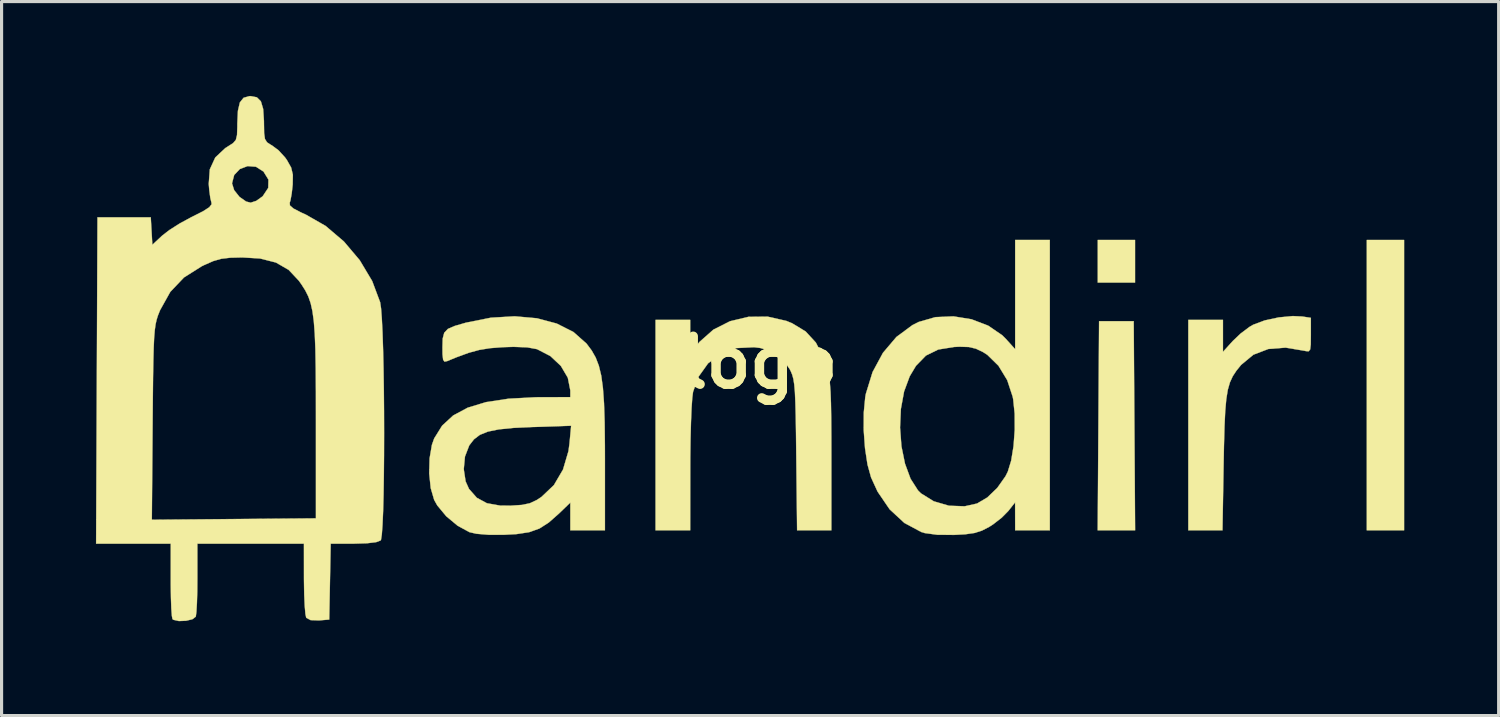
<source format=kicad_pcb>
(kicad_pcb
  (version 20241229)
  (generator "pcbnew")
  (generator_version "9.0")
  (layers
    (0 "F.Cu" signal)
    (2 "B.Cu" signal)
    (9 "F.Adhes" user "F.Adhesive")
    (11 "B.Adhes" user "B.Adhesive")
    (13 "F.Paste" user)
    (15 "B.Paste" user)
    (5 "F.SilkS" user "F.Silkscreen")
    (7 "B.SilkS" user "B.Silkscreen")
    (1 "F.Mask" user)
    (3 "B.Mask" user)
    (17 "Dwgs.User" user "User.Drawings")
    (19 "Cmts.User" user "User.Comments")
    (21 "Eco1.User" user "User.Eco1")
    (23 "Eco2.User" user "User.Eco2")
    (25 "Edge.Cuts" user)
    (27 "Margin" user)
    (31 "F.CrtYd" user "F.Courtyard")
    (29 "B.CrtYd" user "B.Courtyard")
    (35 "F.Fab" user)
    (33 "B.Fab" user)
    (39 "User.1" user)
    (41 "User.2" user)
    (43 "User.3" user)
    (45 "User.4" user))
  (footprint "logo"
    (layer "F.Cu")
    (at 21.088 8.472)
    (property "Reference" "logo" (at 0 0 0) (layer "F.SilkS") (effects (font (size 1.524 1.524) (thickness 0.3))))
    (attr through_hole)
    (fp_poly (pts (xy 11.938 -2.54) (xy 10.753 -2.54) (xy 10.753 -3.895) (xy 11.938 -3.895) (xy 11.938 -2.54)) (stroke (width 0.01) (type solid)) (fill yes) (layer "F.SilkS"))
    (fp_poly (pts (xy 20.489 5.334) (xy 19.304 5.334) (xy 19.304 -3.895) (xy 20.489 -3.895) (xy 20.489 5.334)) (stroke (width 0.01) (type solid)) (fill yes) (layer "F.SilkS"))
    (fp_poly (pts (xy 11.918 2.011) (xy 11.94 5.334) (xy 10.751 5.334) (xy 10.773 2.011) (xy 10.795 -1.312) (xy 11.896 -1.312) (xy 11.918 2.011)) (stroke (width 0.01) (type solid)) (fill yes) (layer "F.SilkS"))
    (fp_poly (pts (xy 17.251 -1.462) (xy 17.526 -1.42) (xy 17.526 -0.87) (xy 17.523 -0.575) (xy 17.504 -0.415) (xy 17.456 -0.356) (xy 17.367 -0.363) (xy 17.335 -0.371) (xy 16.725 -0.473) (xy 16.175 -0.43) (xy 15.699 -0.248) (xy 15.313 0.072) (xy 15.303 0.083) (xy 15.157 0.263) (xy 15.042 0.439) (xy 14.953 0.633) (xy 14.886 0.867) (xy 14.838 1.165) (xy 14.804 1.549) (xy 14.781 2.041) (xy 14.764 2.664) (xy 14.754 3.196) (xy 14.717 5.334) (xy 13.631 5.334) (xy 13.631 -1.355) (xy 14.732 -1.355) (xy 14.732 -0.338) (xy 15.044 -0.683) (xy 15.294 -0.921) (xy 15.572 -1.13) (xy 15.691 -1.2) (xy 16.06 -1.338) (xy 16.508 -1.434) (xy 16.953 -1.476) (xy 17.251 -1.462)) (stroke (width 0.01) (type solid)) (fill yes) (layer "F.SilkS"))
    (fp_poly (pts (xy 0.854 -1.323) (xy 1.039 -1.247) (xy 1.468 -0.987) (xy 1.793 -0.634) (xy 2.038 -0.159) (xy 2.125 0.09) (xy 2.173 0.262) (xy 2.211 0.446) (xy 2.24 0.664) (xy 2.26 0.94) (xy 2.273 1.296) (xy 2.281 1.755) (xy 2.285 2.341) (xy 2.286 2.971) (xy 2.286 5.334) (xy 1.197 5.334) (xy 1.17 2.942) (xy 1.162 2.24) (xy 1.153 1.685) (xy 1.141 1.258) (xy 1.127 0.936) (xy 1.106 0.698) (xy 1.079 0.524) (xy 1.043 0.392) (xy 0.997 0.28) (xy 0.957 0.203) (xy 0.722 -0.132) (xy 0.424 -0.346) (xy 0.024 -0.462) (xy -0.17 -0.486) (xy -0.728 -0.459) (xy -1.222 -0.284) (xy -1.633 0.027) (xy -1.94 0.457) (xy -2.11 0.931) (xy -2.135 1.125) (xy -2.158 1.458) (xy -2.176 1.901) (xy -2.19 2.425) (xy -2.198 3) (xy -2.199 3.323) (xy -2.201 5.334) (xy -3.302 5.334) (xy -3.302 -1.355) (xy -2.201 -1.355) (xy -2.201 -0.308) (xy -1.903 -0.657) (xy -1.465 -1.044) (xy -0.935 -1.312) (xy -0.349 -1.452) (xy 0.259 -1.458) (xy 0.854 -1.323)) (stroke (width 0.01) (type solid)) (fill yes) (layer "F.SilkS"))
    (fp_poly (pts (xy 9.229 5.334) (xy 8.128 5.334) (xy 8.126 4.445) (xy 7.909 4.72) (xy 7.702 4.93) (xy 7.428 5.143) (xy 7.302 5.224) (xy 7.069 5.344) (xy 6.834 5.418) (xy 6.539 5.46) (xy 6.187 5.479) (xy 5.652 5.475) (xy 5.255 5.421) (xy 5.143 5.387) (xy 4.606 5.099) (xy 4.138 4.666) (xy 3.755 4.104) (xy 3.548 3.653) (xy 3.434 3.241) (xy 3.355 2.72) (xy 3.314 2.151) (xy 3.314 2.069) (xy 4.469 2.069) (xy 4.513 2.661) (xy 4.626 3.215) (xy 4.803 3.695) (xy 5.04 4.065) (xy 5.134 4.159) (xy 5.54 4.411) (xy 6.023 4.552) (xy 6.522 4.57) (xy 6.916 4.482) (xy 7.242 4.29) (xy 7.56 3.984) (xy 7.82 3.616) (xy 7.893 3.471) (xy 8.001 3.12) (xy 8.076 2.659) (xy 8.114 2.142) (xy 8.112 1.627) (xy 8.065 1.17) (xy 8.049 1.087) (xy 7.875 0.56) (xy 7.597 0.103) (xy 7.243 -0.244) (xy 7.109 -0.33) (xy 6.879 -0.44) (xy 6.652 -0.493) (xy 6.359 -0.502) (xy 6.186 -0.494) (xy 5.684 -0.413) (xy 5.291 -0.22) (xy 4.975 0.105) (xy 4.776 0.438) (xy 4.597 0.921) (xy 4.495 1.477) (xy 4.469 2.069) (xy 3.314 2.069) (xy 3.316 1.592) (xy 3.363 1.102) (xy 3.382 0.996) (xy 3.596 0.303) (xy 3.926 -0.308) (xy 4.354 -0.813) (xy 4.864 -1.19) (xy 5.061 -1.289) (xy 5.592 -1.442) (xy 6.166 -1.467) (xy 6.74 -1.374) (xy 7.271 -1.171) (xy 7.716 -0.867) (xy 7.831 -0.752) (xy 8.128 -0.423) (xy 8.128 -3.895) (xy 9.229 -3.895) (xy 9.229 5.334)) (stroke (width 0.01) (type solid)) (fill yes) (layer "F.SilkS"))
    (fp_poly (pts (xy -7.073 -1.406) (xy -6.443 -1.238) (xy -5.911 -0.969) (xy -5.498 -0.603) (xy -5.492 -0.596) (xy -5.332 -0.382) (xy -5.204 -0.156) (xy -5.104 0.104) (xy -5.028 0.418) (xy -4.975 0.809) (xy -4.94 1.295) (xy -4.92 1.899) (xy -4.912 2.641) (xy -4.911 3.057) (xy -4.911 5.334) (xy -6.011 5.334) (xy -6.011 4.452) (xy -6.371 4.799) (xy -6.695 5.085) (xy -6.994 5.277) (xy -7.321 5.393) (xy -7.724 5.454) (xy -8.128 5.476) (xy -8.614 5.475) (xy -8.996 5.443) (xy -9.217 5.392) (xy -9.593 5.188) (xy -9.954 4.887) (xy -10.239 4.544) (xy -10.338 4.368) (xy -10.448 3.992) (xy -10.496 3.529) (xy -10.493 3.392) (xy -9.398 3.392) (xy -9.339 3.779) (xy -9.232 4.017) (xy -8.982 4.3) (xy -8.662 4.473) (xy -8.24 4.548) (xy -7.901 4.55) (xy -7.547 4.526) (xy -7.296 4.473) (xy -7.079 4.371) (xy -6.927 4.271) (xy -6.533 3.896) (xy -6.243 3.402) (xy -6.07 2.816) (xy -6.038 2.576) (xy -5.985 2.01) (xy -7.205 2.05) (xy -7.815 2.078) (xy -8.282 2.125) (xy -8.631 2.196) (xy -8.887 2.299) (xy -9.075 2.443) (xy -9.222 2.633) (xy -9.226 2.641) (xy -9.36 2.989) (xy -9.398 3.392) (xy -10.493 3.392) (xy -10.484 3.047) (xy -10.41 2.616) (xy -10.338 2.413) (xy -10.086 2.008) (xy -9.735 1.684) (xy -9.273 1.436) (xy -8.689 1.259) (xy -7.972 1.15) (xy -7.11 1.104) (xy -6.879 1.102) (xy -6.011 1.101) (xy -6.011 0.886) (xy -6.091 0.483) (xy -6.312 0.108) (xy -6.645 -0.205) (xy -7.061 -0.42) (xy -7.081 -0.427) (xy -7.381 -0.482) (xy -7.816 -0.498) (xy -8.162 -0.487) (xy -8.563 -0.456) (xy -8.902 -0.401) (xy -9.238 -0.31) (xy -9.631 -0.166) (xy -9.927 -0.044) (xy -10.01 -0.028) (xy -10.054 -0.089) (xy -10.073 -0.262) (xy -10.075 -0.485) (xy -10.067 -0.761) (xy -10.019 -0.944) (xy -9.902 -1.068) (xy -9.683 -1.163) (xy -9.331 -1.265) (xy -9.328 -1.266) (xy -8.537 -1.424) (xy -7.778 -1.469) (xy -7.073 -1.406)) (stroke (width 0.01) (type solid)) (fill yes) (layer "F.SilkS"))
    (fp_poly (pts (xy -15.974 -8.429) (xy -15.846 -8.301) (xy -15.774 -8.059) (xy -15.749 -7.679) (xy -15.748 -7.585) (xy -15.743 -7.285) (xy -15.717 -7.105) (xy -15.651 -6.999) (xy -15.528 -6.918) (xy -15.494 -6.9) (xy -15.287 -6.746) (xy -15.078 -6.518) (xy -15.02 -6.437) (xy -14.884 -6.196) (xy -14.83 -5.968) (xy -14.835 -5.664) (xy -14.835 -5.656) (xy -14.866 -5.376) (xy -14.906 -5.154) (xy -14.93 -5.078) (xy -14.923 -4.992) (xy -14.81 -4.894) (xy -14.567 -4.768) (xy -14.422 -4.703) (xy -13.79 -4.342) (xy -13.208 -3.847) (xy -12.705 -3.252) (xy -12.309 -2.59) (xy -12.056 -1.916) (xy -12.027 -1.725) (xy -12.002 -1.397) (xy -11.98 -0.954) (xy -11.962 -0.416) (xy -11.948 0.194) (xy -11.938 0.857) (xy -11.932 1.55) (xy -11.93 2.252) (xy -11.932 2.942) (xy -11.938 3.598) (xy -11.947 4.2) (xy -11.961 4.725) (xy -11.98 5.154) (xy -12.002 5.463) (xy -12.028 5.633) (xy -12.04 5.656) (xy -12.184 5.71) (xy -12.473 5.745) (xy -12.884 5.757) (xy -13.627 5.757) (xy -13.674 8.17) (xy -14.004 8.197) (xy -14.266 8.187) (xy -14.405 8.113) (xy -14.431 7.99) (xy -14.453 7.733) (xy -14.469 7.378) (xy -14.476 6.96) (xy -14.477 6.879) (xy -14.478 5.757) (xy -17.865 5.757) (xy -17.865 6.851) (xy -17.868 7.274) (xy -17.879 7.643) (xy -17.895 7.921) (xy -17.914 8.071) (xy -17.916 8.079) (xy -18.024 8.16) (xy -18.226 8.208) (xy -18.451 8.217) (xy -18.624 8.178) (xy -18.655 8.156) (xy -18.675 8.055) (xy -18.693 7.818) (xy -18.705 7.475) (xy -18.711 7.061) (xy -18.711 6.929) (xy -18.711 5.757) (xy -21.083 5.757) (xy -21.08 4.998) (xy -19.312 4.998) (xy -14.097 4.953) (xy -14.097 1.82) (xy -14.098 0.928) (xy -14.103 0.187) (xy -14.114 -0.422) (xy -14.134 -0.915) (xy -14.164 -1.311) (xy -14.207 -1.629) (xy -14.264 -1.885) (xy -14.339 -2.1) (xy -14.434 -2.29) (xy -14.55 -2.473) (xy -14.638 -2.598) (xy -14.964 -2.945) (xy -15.368 -3.178) (xy -15.872 -3.306) (xy -16.435 -3.34) (xy -16.821 -3.331) (xy -17.106 -3.297) (xy -17.358 -3.225) (xy -17.644 -3.1) (xy -17.722 -3.062) (xy -18.29 -2.704) (xy -18.726 -2.245) (xy -19.049 -1.666) (xy -19.07 -1.615) (xy -19.121 -1.486) (xy -19.161 -1.357) (xy -19.194 -1.21) (xy -19.219 -1.026) (xy -19.239 -0.787) (xy -19.253 -0.473) (xy -19.264 -0.065) (xy -19.273 0.455) (xy -19.28 1.106) (xy -19.287 1.907) (xy -19.287 1.927) (xy -19.312 4.998) (xy -21.08 4.998) (xy -21.061 0.572) (xy -21.04 -4.614) (xy -19.346 -4.614) (xy -19.321 -4.178) (xy -19.296 -3.742) (xy -18.982 -4.034) (xy -18.752 -4.212) (xy -18.43 -4.417) (xy -18.077 -4.609) (xy -18.015 -4.64) (xy -17.681 -4.809) (xy -17.487 -4.934) (xy -17.412 -5.03) (xy -17.417 -5.08) (xy -17.454 -5.233) (xy -17.488 -5.487) (xy -17.503 -5.673) (xy -17.502 -5.695) (xy -16.764 -5.695) (xy -16.696 -5.478) (xy -16.527 -5.265) (xy -16.315 -5.116) (xy -16.171 -5.08) (xy -15.992 -5.138) (xy -15.798 -5.277) (xy -15.786 -5.288) (xy -15.612 -5.55) (xy -15.606 -5.814) (xy -15.763 -6.069) (xy -16.002 -6.222) (xy -16.268 -6.243) (xy -16.514 -6.15) (xy -16.695 -5.96) (xy -16.764 -5.695) (xy -17.502 -5.695) (xy -17.469 -6.14) (xy -17.296 -6.516) (xy -16.977 -6.815) (xy -16.89 -6.87) (xy -16.731 -6.972) (xy -16.642 -7.075) (xy -16.604 -7.231) (xy -16.595 -7.489) (xy -16.595 -7.592) (xy -16.576 -8) (xy -16.514 -8.266) (xy -16.396 -8.414) (xy -16.211 -8.466) (xy -16.171 -8.467) (xy -15.974 -8.429)) (stroke (width 0.01) (type solid)) (fill yes) (layer "F.SilkS")))
  (gr_rect
    (start -3 -3)
    (end 44.583 19.694)
    (stroke (width 0.1) (type default))
    (fill no)
    (layer "Edge.Cuts")))
</source>
